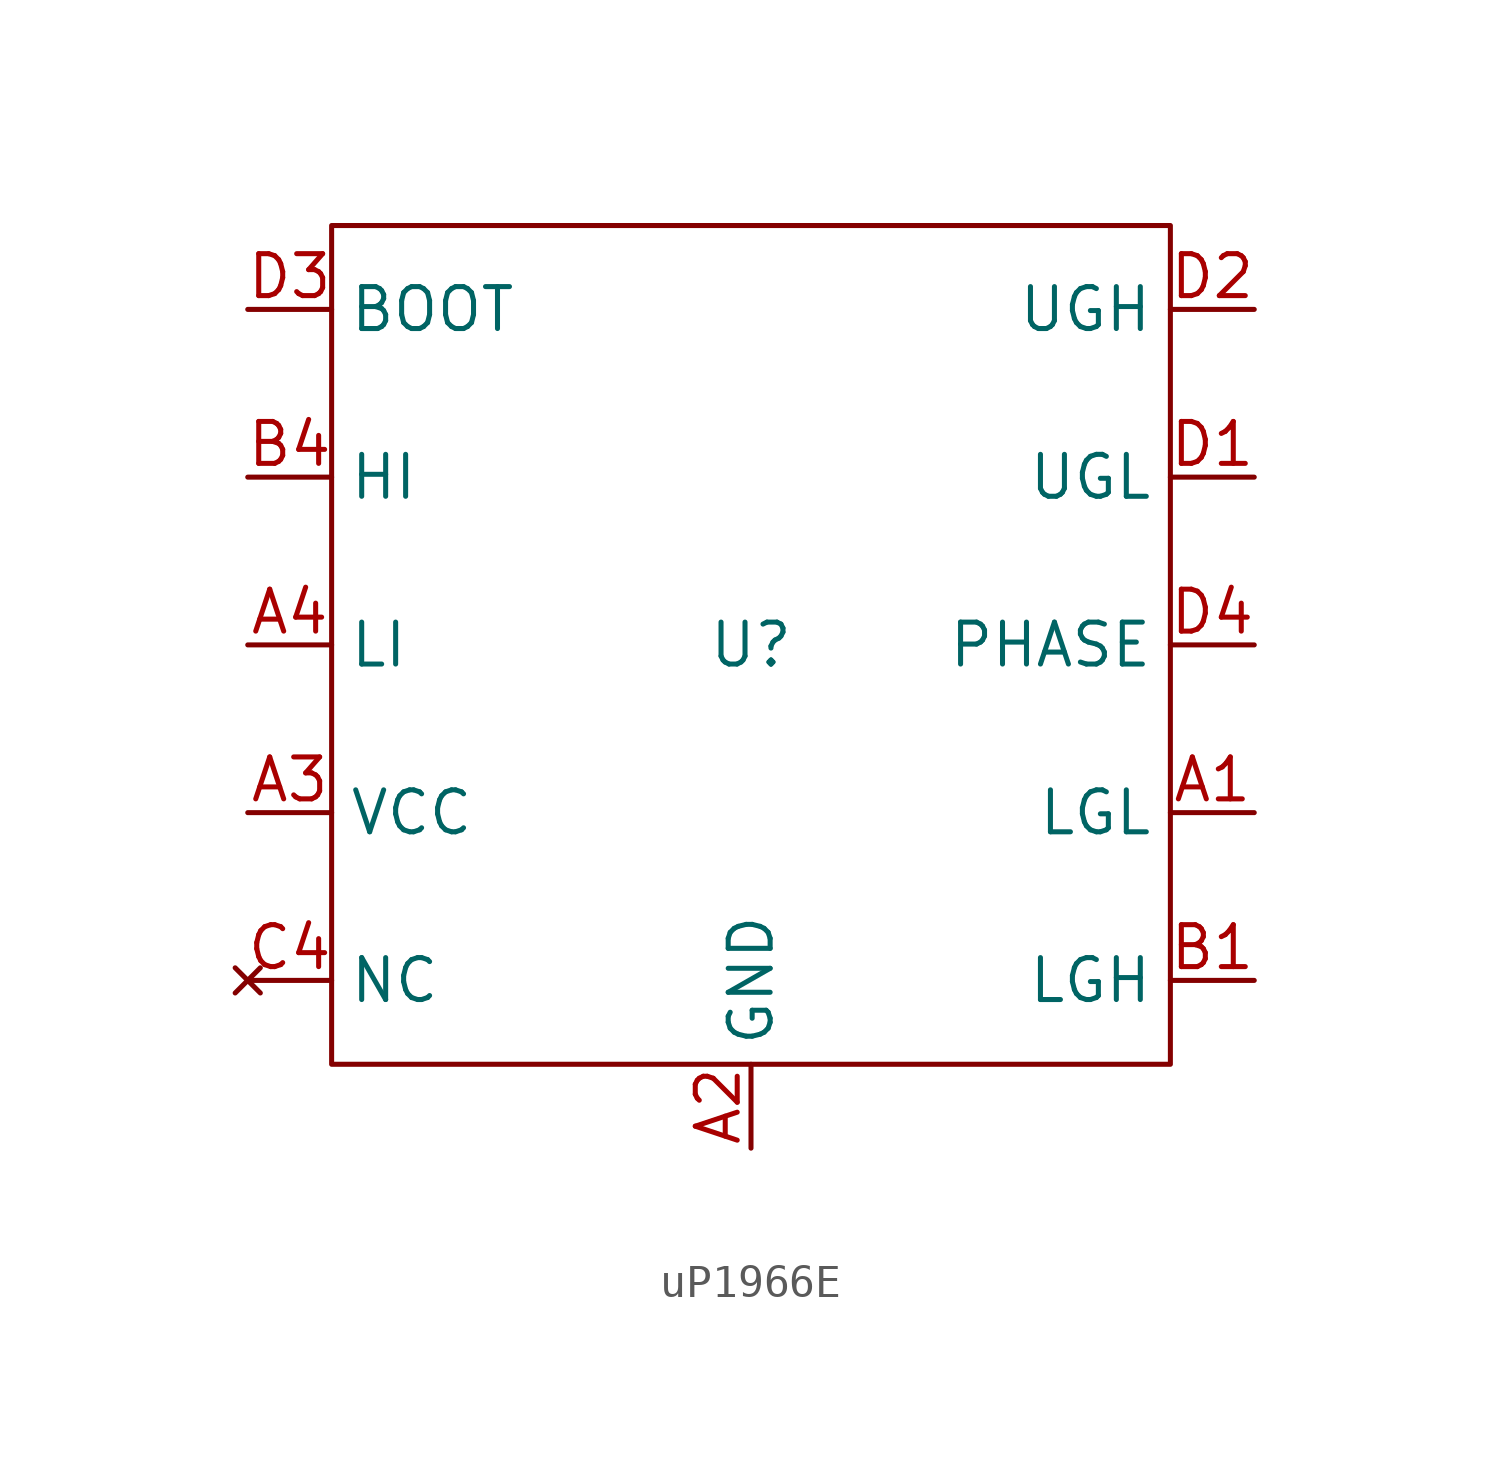
<source format=kicad_sym>
(kicad_symbol_lib
  (version 20231120)
  (generator "kicad_symbol_editor")
  (generator_version "8.0")
  (symbol "uP1966E"
    (property "Reference" "U"
      (at 0 0 0)
      (effects (font (size 1.27 1.27))))
    (property "Value" ""
      (at 0 0 0)
      (effects (font (size 1.27 1.27))))
    (symbol "uP1966E_0_1"
      (rectangle (start -12.7 12.7) (end 12.7 -12.7) (stroke (width 0) (type default)) (fill (type none))))
    (symbol "uP1966E_1_1"
      (pin open_collector line (at 15.24 -5.08 180) (length 2.54) (name "LGL" (effects (font (size 1.27 1.27)))) (number "A1" (effects (font (size 1.27 1.27)))))
      (pin power_in line (at 0 -15.24 90) (length 2.54) (name "GND" (effects (font (size 1.27 1.27)))) (number "A2" (effects (font (size 1.27 1.27)))))
      (pin power_in line (at -15.24 -5.08 0) (length 2.54) (name "VCC" (effects (font (size 1.27 1.27)))) (number "A3" (effects (font (size 1.27 1.27)))))
      (pin input line (at -15.24 0 0) (length 2.54) (name "LI" (effects (font (size 1.27 1.27)))) (number "A4" (effects (font (size 1.27 1.27)))))
      (pin open_emitter line (at 15.24 -10.16 180) (length 2.54) (name "LGH" (effects (font (size 1.27 1.27)))) (number "B1" (effects (font (size 1.27 1.27)))))
      (pin input line (at -15.24 5.08 0) (length 2.54) (name "HI" (effects (font (size 1.27 1.27)))) (number "B4" (effects (font (size 1.27 1.27)))))
      (pin input line (at 15.24 0 180) (length 2.54) hide (name "PHASE" (effects (font (size 1.27 1.27)))) (number "C1" (effects (font (size 1.27 1.27)))))
      (pin no_connect line (at -15.24 -10.16 0) (length 2.54) (name "NC" (effects (font (size 1.27 1.27)))) (number "C4" (effects (font (size 1.27 1.27)))))
      (pin open_collector line (at 15.24 5.08 180) (length 2.54) (name "UGL" (effects (font (size 1.27 1.27)))) (number "D1" (effects (font (size 1.27 1.27)))))
      (pin open_emitter line (at 15.24 10.16 180) (length 2.54) (name "UGH" (effects (font (size 1.27 1.27)))) (number "D2" (effects (font (size 1.27 1.27)))))
      (pin input line (at -15.24 10.16 0) (length 2.54) (name "BOOT" (effects (font (size 1.27 1.27)))) (number "D3" (effects (font (size 1.27 1.27)))))
      (pin input line (at 15.24 0 180) (length 2.54) (name "PHASE" (effects (font (size 1.27 1.27)))) (number "D4" (effects (font (size 1.27 1.27))))))))
</source>
